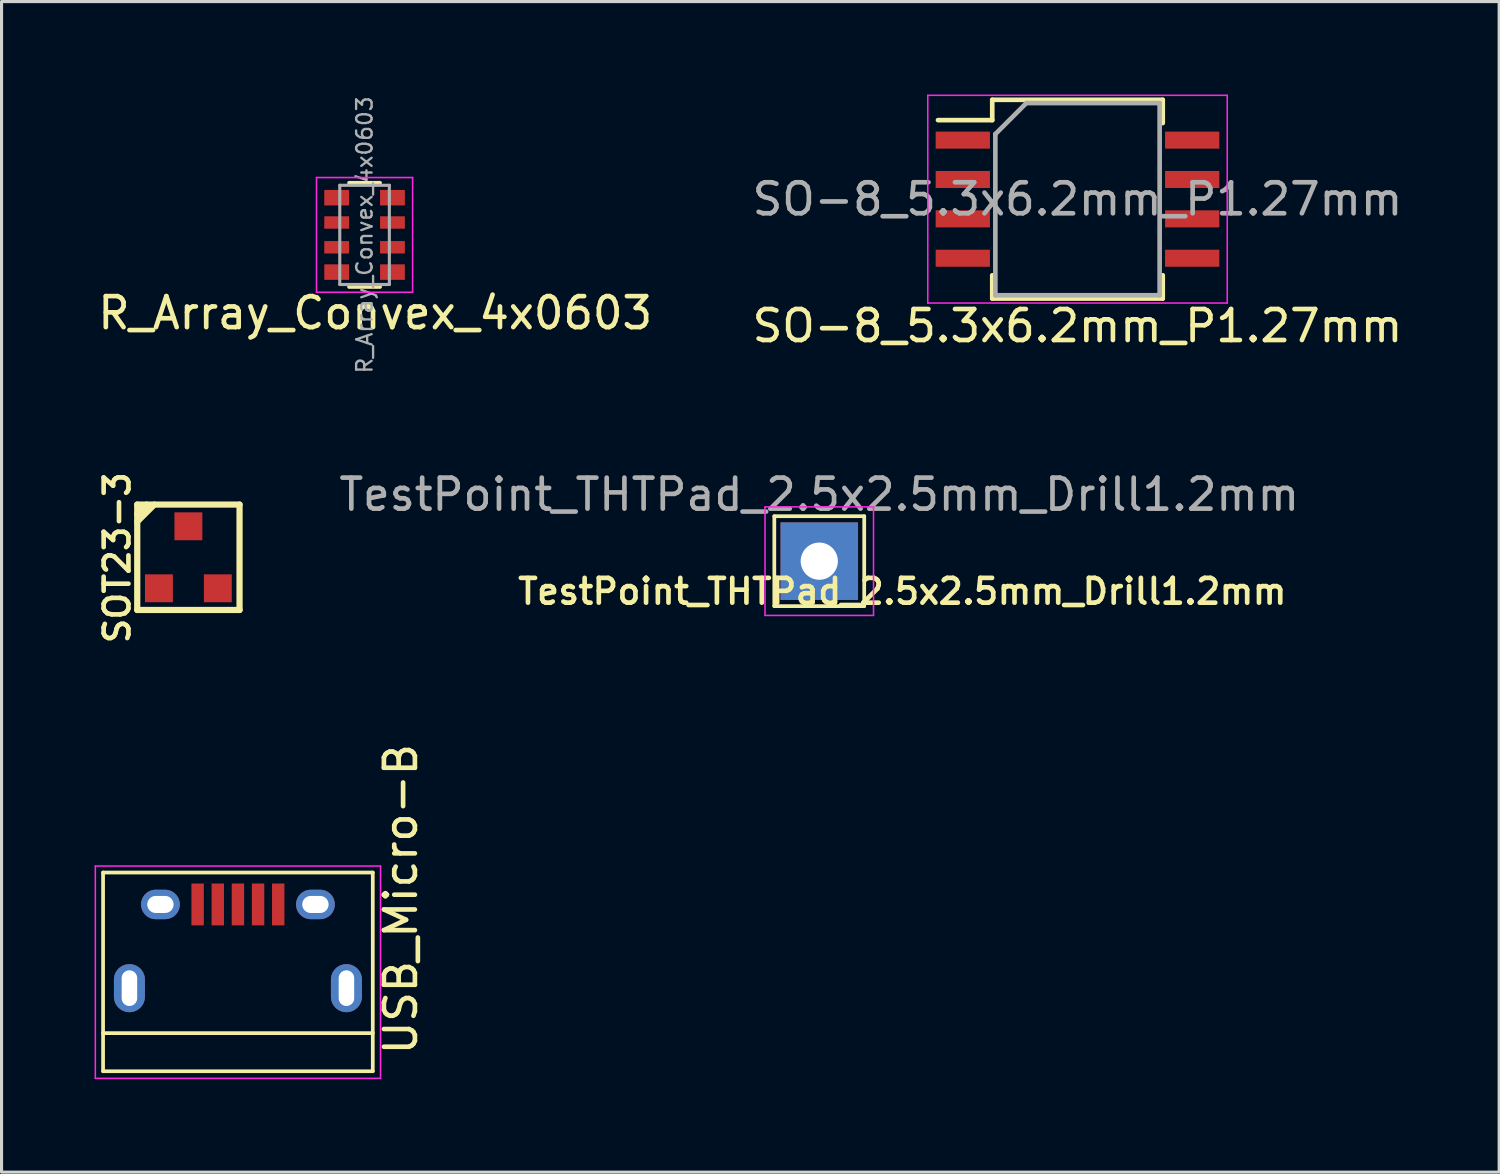
<source format=kicad_pcb>
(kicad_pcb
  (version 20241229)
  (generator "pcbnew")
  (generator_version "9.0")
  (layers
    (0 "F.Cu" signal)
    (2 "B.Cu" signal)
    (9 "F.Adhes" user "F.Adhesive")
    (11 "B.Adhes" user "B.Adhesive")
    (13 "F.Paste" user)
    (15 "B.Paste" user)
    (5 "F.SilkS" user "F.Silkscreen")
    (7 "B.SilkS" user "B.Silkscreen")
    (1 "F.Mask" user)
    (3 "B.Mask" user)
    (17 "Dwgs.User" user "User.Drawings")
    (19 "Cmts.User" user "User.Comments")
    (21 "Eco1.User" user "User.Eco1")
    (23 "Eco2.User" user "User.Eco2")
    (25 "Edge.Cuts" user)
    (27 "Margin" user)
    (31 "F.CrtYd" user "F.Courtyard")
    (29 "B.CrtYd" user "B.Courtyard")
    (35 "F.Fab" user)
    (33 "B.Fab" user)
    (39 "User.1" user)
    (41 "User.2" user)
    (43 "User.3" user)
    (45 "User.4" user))
  (footprint "TestPoint_THTPad_2.5x2.5mm_Drill1.2mm"
    (layer "F.Cu")
    (at 23.378 15.052)
    (property "Reference" "TestPoint_THTPad_2.5x2.5mm_Drill1.2mm" (at 2.679 0.976 180) (layer "F.SilkS") (effects (font (size 0.8 0.8) (thickness 0.15))))
    (attr exclude_from_pos_files exclude_from_bom)
    (fp_line (start -1.45 -1.45) (end 1.45 -1.45) (stroke (width 0.12) (type solid)) (layer "F.SilkS"))
    (fp_line (start -1.45 1.45) (end -1.45 -1.45) (stroke (width 0.12) (type solid)) (layer "F.SilkS"))
    (fp_line (start 1.45 -1.45) (end 1.45 1.45) (stroke (width 0.12) (type solid)) (layer "F.SilkS"))
    (fp_line (start 1.45 1.45) (end -1.45 1.45) (stroke (width 0.12) (type solid)) (layer "F.SilkS"))
    (fp_line (start -1.75 -1.75) (end -1.75 1.75) (stroke (width 0.05) (type solid)) (layer "F.CrtYd"))
    (fp_line (start -1.75 -1.75) (end 1.75 -1.75) (stroke (width 0.05) (type solid)) (layer "F.CrtYd"))
    (fp_line (start 1.75 1.75) (end -1.75 1.75) (stroke (width 0.05) (type solid)) (layer "F.CrtYd"))
    (fp_line (start 1.75 1.75) (end 1.75 -1.75) (stroke (width 0.05) (type solid)) (layer "F.CrtYd"))
    (fp_text user "${REFERENCE}" (at 0 -2.15 0) (layer "F.Fab") (effects (font (size 1 1) (thickness 0.15))))
    (pad "1" thru_hole rect (at 0 0) (size 2.5 2.5) (drill 1.2) (layers "*.Cu" "*.Mask")))
  (footprint "SO-8_5.3x6.2mm_P1.27mm"
    (layer "F.Cu")
    (at 31.708 3.375)
    (property "Reference" "SO-8_5.3x6.2mm_P1.27mm" (at 0 4.088 180) (layer "F.SilkS") (effects (font (size 1 1) (thickness 0.15))))
    (attr smd)
    (fp_line (start -2.75 -3.205) (end -2.75 -2.55) (stroke (width 0.15) (type solid)) (layer "F.SilkS"))
    (fp_line (start -2.75 -3.205) (end 2.75 -3.205) (stroke (width 0.15) (type solid)) (layer "F.SilkS"))
    (fp_line (start -2.75 -2.55) (end -4.5 -2.55) (stroke (width 0.15) (type solid)) (layer "F.SilkS"))
    (fp_line (start -2.75 3.205) (end -2.75 2.455) (stroke (width 0.15) (type solid)) (layer "F.SilkS"))
    (fp_line (start -2.75 3.205) (end 2.75 3.205) (stroke (width 0.15) (type solid)) (layer "F.SilkS"))
    (fp_line (start 2.75 -3.205) (end 2.75 -2.455) (stroke (width 0.15) (type solid)) (layer "F.SilkS"))
    (fp_line (start 2.75 3.205) (end 2.75 2.455) (stroke (width 0.15) (type solid)) (layer "F.SilkS"))
    (fp_line (start -4.83 -3.35) (end -4.83 3.35) (stroke (width 0.05) (type solid)) (layer "F.CrtYd"))
    (fp_line (start -4.83 -3.35) (end 4.83 -3.35) (stroke (width 0.05) (type solid)) (layer "F.CrtYd"))
    (fp_line (start -4.83 3.35) (end 4.83 3.35) (stroke (width 0.05) (type solid)) (layer "F.CrtYd"))
    (fp_line (start 4.83 -3.35) (end 4.83 3.35) (stroke (width 0.05) (type solid)) (layer "F.CrtYd"))
    (fp_line (start -2.65 -2.1) (end -1.65 -3.1) (stroke (width 0.15) (type solid)) (layer "F.Fab"))
    (fp_line (start -2.65 3.1) (end -2.65 -2.1) (stroke (width 0.15) (type solid)) (layer "F.Fab"))
    (fp_line (start -1.65 -3.1) (end 2.65 -3.1) (stroke (width 0.15) (type solid)) (layer "F.Fab"))
    (fp_line (start 2.65 -3.1) (end 2.65 3.1) (stroke (width 0.15) (type solid)) (layer "F.Fab"))
    (fp_line (start 2.65 3.1) (end -2.65 3.1) (stroke (width 0.15) (type solid)) (layer "F.Fab"))
    (fp_text user "${REFERENCE}" (at 0 0 180) (layer "F.Fab") (effects (font (size 1 1) (thickness 0.15))))
    (pad "1" smd rect (at -3.7 -1.905) (size 1.75 0.55) (layers "F.Cu" "F.Mask" "F.Paste"))
    (pad "2" smd rect (at -3.7 -0.635) (size 1.75 0.55) (layers "F.Cu" "F.Mask" "F.Paste"))
    (pad "3" smd rect (at -3.7 0.635) (size 1.75 0.55) (layers "F.Cu" "F.Mask" "F.Paste"))
    (pad "4" smd rect (at -3.7 1.905) (size 1.75 0.55) (layers "F.Cu" "F.Mask" "F.Paste"))
    (pad "5" smd rect (at 3.7 1.905) (size 1.75 0.55) (layers "F.Cu" "F.Mask" "F.Paste"))
    (pad "6" smd rect (at 3.7 0.635) (size 1.75 0.55) (layers "F.Cu" "F.Mask" "F.Paste"))
    (pad "7" smd rect (at 3.7 -0.635) (size 1.75 0.55) (layers "F.Cu" "F.Mask" "F.Paste"))
    (pad "8" smd rect (at 3.7 -1.905) (size 1.75 0.55) (layers "F.Cu" "F.Mask" "F.Paste")))
  (footprint "USB_Micro-B"
    (layer "F.Cu")
    (at 4.625 27.476)
    (property "Reference" "USB_Micro-B" (at 5.254 -1.522 90) (layer "F.SilkS") (effects (font (size 1 1) (thickness 0.15))))
    (attr smd)
    (fp_line (start -4.35 -2.38) (end 4.35 -2.38) (stroke (width 0.12) (type solid)) (layer "F.SilkS"))
    (fp_line (start -4.35 4.03) (end -4.35 -2.38) (stroke (width 0.12) (type solid)) (layer "F.SilkS"))
    (fp_line (start -4.35 4.03) (end 4.35 4.03) (stroke (width 0.12) (type solid)) (layer "F.SilkS"))
    (fp_line (start 4.35 -2.38) (end 4.35 4.03) (stroke (width 0.12) (type solid)) (layer "F.SilkS"))
    (fp_line (start 4.35 2.8) (end -4.35 2.8) (stroke (width 0.12) (type solid)) (layer "F.SilkS"))
    (fp_line (start -4.6 -2.59) (end 4.6 -2.59) (stroke (width 0.05) (type solid)) (layer "F.CrtYd"))
    (fp_line (start -4.6 4.26) (end -4.6 -2.59) (stroke (width 0.05) (type solid)) (layer "F.CrtYd"))
    (fp_line (start 4.6 -2.59) (end 4.6 4.26) (stroke (width 0.05) (type solid)) (layer "F.CrtYd"))
    (fp_line (start 4.6 4.26) (end -4.6 4.26) (stroke (width 0.05) (type solid)) (layer "F.CrtYd"))
    (pad "1" smd rect (at -1.3 -1.35 90) (size 1.35 0.4) (layers "F.Cu" "F.Mask" "F.Paste"))
    (pad "2" smd rect (at -0.65 -1.35 90) (size 1.35 0.4) (layers "F.Cu" "F.Mask" "F.Paste"))
    (pad "3" smd rect (at 0 -1.35 90) (size 1.35 0.4) (layers "F.Cu" "F.Mask" "F.Paste"))
    (pad "4" smd rect (at 0.65 -1.35 90) (size 1.35 0.4) (layers "F.Cu" "F.Mask" "F.Paste"))
    (pad "5" smd rect (at 1.3 -1.35 90) (size 1.35 0.4) (layers "F.Cu" "F.Mask" "F.Paste"))
    (pad "6" thru_hole oval (at -3.5 1.35 90) (size 1.55 1) (drill oval 1.15 0.5) (layers "*.Cu" "*.Mask"))
    (pad "6" thru_hole oval (at -2.5 -1.35 90) (size 0.95 1.25) (drill oval 0.55 0.85) (layers "*.Cu" "*.Mask"))
    (pad "6" thru_hole oval (at 2.5 -1.35 90) (size 0.95 1.25) (drill oval 0.55 0.85) (layers "*.Cu" "*.Mask"))
    (pad "6" thru_hole oval (at 3.5 1.35 90) (size 1.55 1) (drill oval 1.15 0.5) (layers "*.Cu" "*.Mask")))
  (footprint "R_Array_Convex_4x0603"
    (layer "F.Cu")
    (at 8.71 4.527)
    (property "Reference" "R_Array_Convex_4x0603" (at 0.344 2.52 0) (layer "F.SilkS") (effects (font (size 1 1) (thickness 0.15))))
    (attr smd)
    (fp_line (start 0.5 -1.68) (end -0.5 -1.68) (stroke (width 0.12) (type solid)) (layer "F.SilkS"))
    (fp_line (start 0.5 1.68) (end -0.5 1.68) (stroke (width 0.12) (type solid)) (layer "F.SilkS"))
    (fp_line (start -1.55 -1.85) (end -1.55 1.85) (stroke (width 0.05) (type solid)) (layer "F.CrtYd"))
    (fp_line (start -1.55 -1.85) (end 1.55 -1.85) (stroke (width 0.05) (type solid)) (layer "F.CrtYd"))
    (fp_line (start 1.55 1.85) (end -1.55 1.85) (stroke (width 0.05) (type solid)) (layer "F.CrtYd"))
    (fp_line (start 1.55 1.85) (end 1.55 -1.85) (stroke (width 0.05) (type solid)) (layer "F.CrtYd"))
    (fp_line (start -0.8 -1.6) (end 0.8 -1.6) (stroke (width 0.1) (type solid)) (layer "F.Fab"))
    (fp_line (start -0.8 1.6) (end -0.8 -1.6) (stroke (width 0.1) (type solid)) (layer "F.Fab"))
    (fp_line (start 0.8 -1.6) (end 0.8 1.6) (stroke (width 0.1) (type solid)) (layer "F.Fab"))
    (fp_line (start 0.8 1.6) (end -0.8 1.6) (stroke (width 0.1) (type solid)) (layer "F.Fab"))
    (fp_text user "${REFERENCE}" (at 0 0 90) (layer "F.Fab") (effects (font (size 0.5 0.5) (thickness 0.075))))
    (pad "1" smd rect (at -0.9 -1.2) (size 0.8 0.5) (layers "F.Cu" "F.Mask" "F.Paste"))
    (pad "2" smd rect (at -0.9 -0.4) (size 0.8 0.4) (layers "F.Cu" "F.Mask" "F.Paste"))
    (pad "3" smd rect (at -0.9 0.4) (size 0.8 0.4) (layers "F.Cu" "F.Mask" "F.Paste"))
    (pad "4" smd rect (at -0.9 1.2) (size 0.8 0.5) (layers "F.Cu" "F.Mask" "F.Paste"))
    (pad "5" smd rect (at 0.9 1.2) (size 0.8 0.5) (layers "F.Cu" "F.Mask" "F.Paste"))
    (pad "6" smd rect (at 0.9 0.4) (size 0.8 0.4) (layers "F.Cu" "F.Mask" "F.Paste"))
    (pad "7" smd rect (at 0.9 -0.4) (size 0.8 0.4) (layers "F.Cu" "F.Mask" "F.Paste"))
    (pad "8" smd rect (at 0.9 -1.2) (size 0.8 0.5) (layers "F.Cu" "F.Mask" "F.Paste")))
  (footprint "SOT23-3"
    (layer "F.Cu")
    (at 3.027 14.927)
    (property "Reference" "SOT23-3" (at -2.296 0.014 270) (layer "F.SilkS") (effects (font (size 0.8 0.8) (thickness 0.15))))
    (attr through_hole)
    (fp_line (start -1.65 -1.7) (end 1.65 -1.7) (stroke (width 0.2) (type solid)) (layer "F.SilkS"))
    (fp_line (start -1.65 1.7) (end -1.65 -1.7) (stroke (width 0.2) (type solid)) (layer "F.SilkS"))
    (fp_line (start -1.65 1.7) (end 1.65 1.7) (stroke (width 0.2) (type solid)) (layer "F.SilkS"))
    (fp_line (start -1.35 -1.7) (end -1.65 -1.4) (stroke (width 0.2) (type solid)) (layer "F.SilkS"))
    (fp_line (start -1.1 -1.7) (end -1.65 -1.15) (stroke (width 0.2) (type solid)) (layer "F.SilkS"))
    (fp_line (start 1.65 1.7) (end 1.65 -1.7) (stroke (width 0.2) (type solid)) (layer "F.SilkS"))
    (pad "1" smd rect (at 0 -1) (size 0.9 0.9) (layers "F.Cu" "F.Mask" "F.Paste"))
    (pad "2" smd rect (at -0.95 1) (size 0.9 0.9) (layers "F.Cu" "F.Mask" "F.Paste"))
    (pad "3" smd rect (at 0.95 1) (size 0.9 0.9) (layers "F.Cu" "F.Mask" "F.Paste")))
  (gr_rect
    (start -3 -3)
    (end 45.31 34.761)
    (stroke (width 0.1) (type default))
    (fill no)
    (layer "Edge.Cuts")))
</source>
